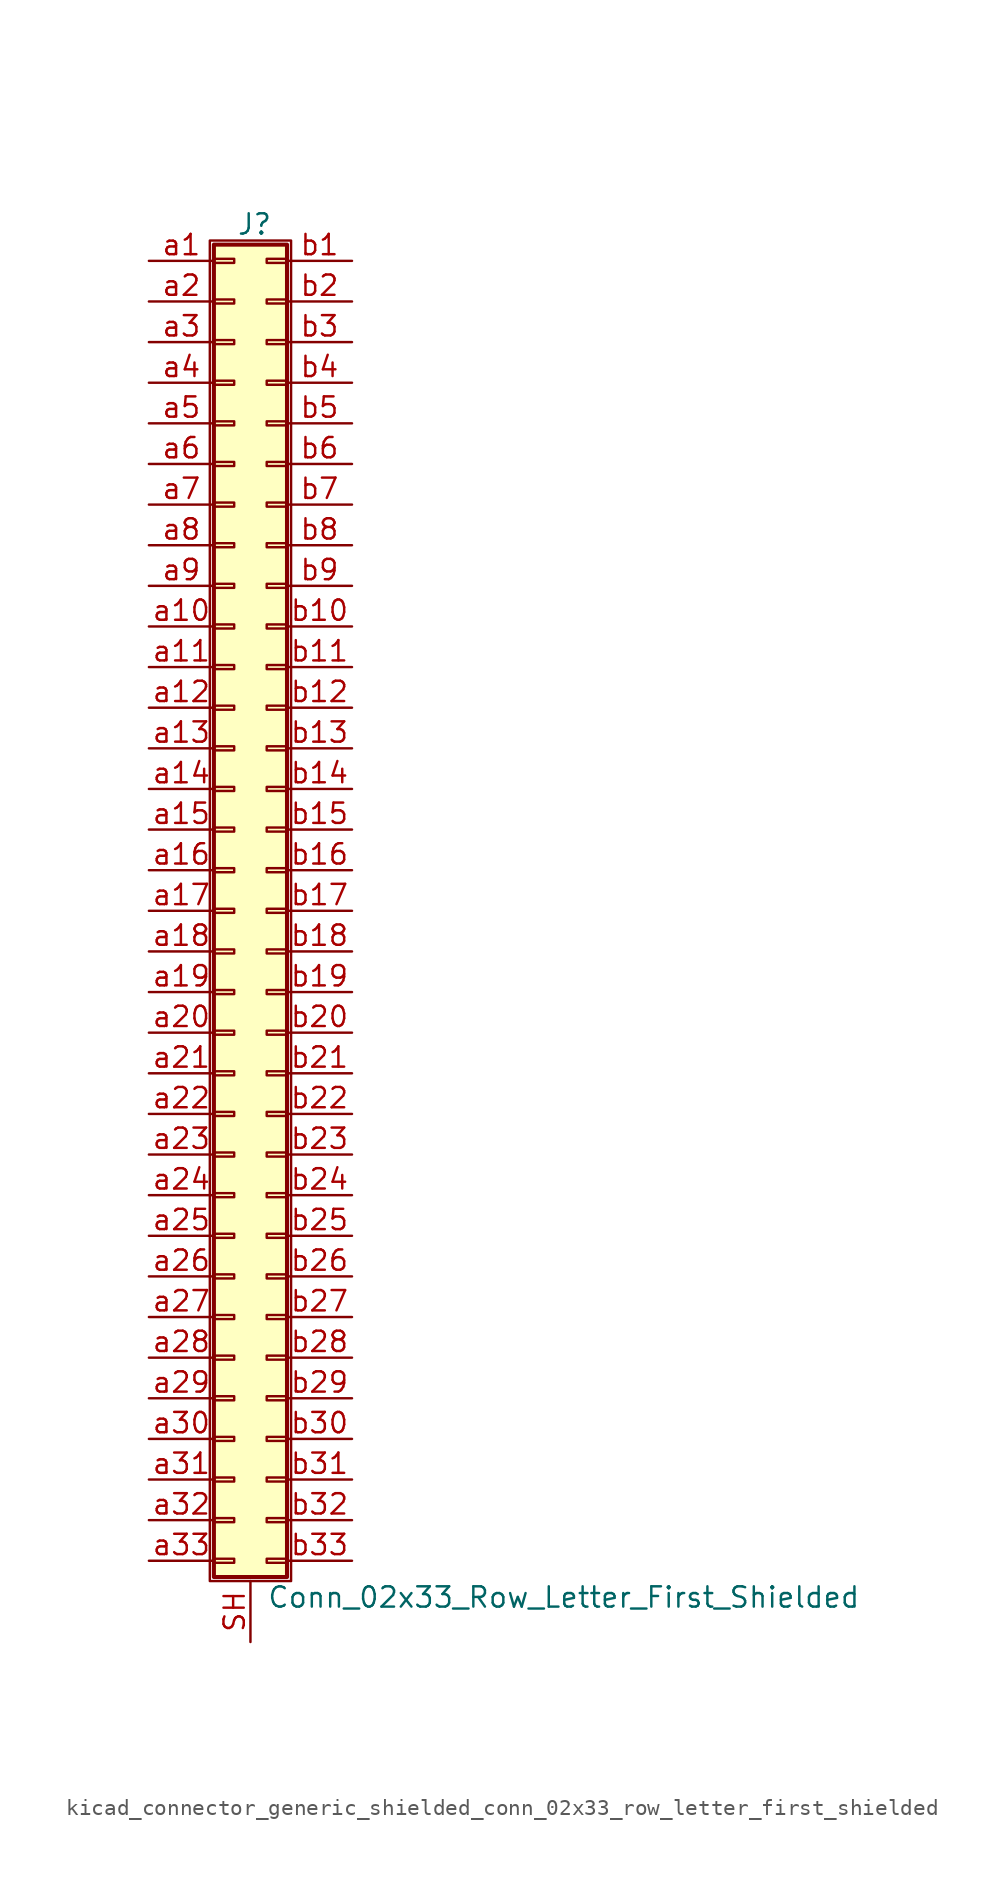
<source format=kicad_sym>
(kicad_symbol_lib
  (version 20220914)
  (generator kicad_symbol_editor)
  (symbol "kicad_connector_generic_shielded_conn_02x33_row_letter_first_shielded"
    (pin_names
      (offset 1.016) hide)
    (property "Reference" "J"
      (at 1.524 42.926 0)
      (effects (font (size 1.27 1.27))))
    (property "Value" "Conn_02x33_Row_Letter_First_Shielded"
      (at 2.286 -42.926 0)
      (effects (font (size 1.27 1.27)) (justify left)))
    (symbol "kicad_connector_generic_shielded_conn_02x33_row_letter_first_shielded_1_1"
      (rectangle (start -1.27 41.91) (end 3.81 -41.91) (stroke (width 0.152) (type default)) (fill (type none)))
      (rectangle (start -1.016 -40.513) (end 0.254 -40.767) (stroke (width 0.152) (type default)) (fill (type none)))
      (rectangle (start -1.016 -37.973) (end 0.254 -38.227) (stroke (width 0.152) (type default)) (fill (type none)))
      (rectangle (start -1.016 -35.433) (end 0.254 -35.687) (stroke (width 0.152) (type default)) (fill (type none)))
      (rectangle (start -1.016 -32.893) (end 0.254 -33.147) (stroke (width 0.152) (type default)) (fill (type none)))
      (rectangle (start -1.016 -30.353) (end 0.254 -30.607) (stroke (width 0.152) (type default)) (fill (type none)))
      (rectangle (start -1.016 -27.813) (end 0.254 -28.067) (stroke (width 0.152) (type default)) (fill (type none)))
      (rectangle (start -1.016 -25.273) (end 0.254 -25.527) (stroke (width 0.152) (type default)) (fill (type none)))
      (rectangle (start -1.016 -22.733) (end 0.254 -22.987) (stroke (width 0.152) (type default)) (fill (type none)))
      (rectangle (start -1.016 -20.193) (end 0.254 -20.447) (stroke (width 0.152) (type default)) (fill (type none)))
      (rectangle (start -1.016 -17.653) (end 0.254 -17.907) (stroke (width 0.152) (type default)) (fill (type none)))
      (rectangle (start -1.016 -15.113) (end 0.254 -15.367) (stroke (width 0.152) (type default)) (fill (type none)))
      (rectangle (start -1.016 -12.573) (end 0.254 -12.827) (stroke (width 0.152) (type default)) (fill (type none)))
      (rectangle (start -1.016 -10.033) (end 0.254 -10.287) (stroke (width 0.152) (type default)) (fill (type none)))
      (rectangle (start -1.016 -7.493) (end 0.254 -7.747) (stroke (width 0.152) (type default)) (fill (type none)))
      (rectangle (start -1.016 -4.953) (end 0.254 -5.207) (stroke (width 0.152) (type default)) (fill (type none)))
      (rectangle (start -1.016 -2.413) (end 0.254 -2.667) (stroke (width 0.152) (type default)) (fill (type none)))
      (rectangle (start -1.016 0.127) (end 0.254 -0.127) (stroke (width 0.152) (type default)) (fill (type none)))
      (rectangle (start -1.016 2.667) (end 0.254 2.413) (stroke (width 0.152) (type default)) (fill (type none)))
      (rectangle (start -1.016 5.207) (end 0.254 4.953) (stroke (width 0.152) (type default)) (fill (type none)))
      (rectangle (start -1.016 7.747) (end 0.254 7.493) (stroke (width 0.152) (type default)) (fill (type none)))
      (rectangle (start -1.016 10.287) (end 0.254 10.033) (stroke (width 0.152) (type default)) (fill (type none)))
      (rectangle (start -1.016 12.827) (end 0.254 12.573) (stroke (width 0.152) (type default)) (fill (type none)))
      (rectangle (start -1.016 15.367) (end 0.254 15.113) (stroke (width 0.152) (type default)) (fill (type none)))
      (rectangle (start -1.016 17.907) (end 0.254 17.653) (stroke (width 0.152) (type default)) (fill (type none)))
      (rectangle (start -1.016 20.447) (end 0.254 20.193) (stroke (width 0.152) (type default)) (fill (type none)))
      (rectangle (start -1.016 22.987) (end 0.254 22.733) (stroke (width 0.152) (type default)) (fill (type none)))
      (rectangle (start -1.016 25.527) (end 0.254 25.273) (stroke (width 0.152) (type default)) (fill (type none)))
      (rectangle (start -1.016 28.067) (end 0.254 27.813) (stroke (width 0.152) (type default)) (fill (type none)))
      (rectangle (start -1.016 30.607) (end 0.254 30.353) (stroke (width 0.152) (type default)) (fill (type none)))
      (rectangle (start -1.016 33.147) (end 0.254 32.893) (stroke (width 0.152) (type default)) (fill (type none)))
      (rectangle (start -1.016 35.687) (end 0.254 35.433) (stroke (width 0.152) (type default)) (fill (type none)))
      (rectangle (start -1.016 38.227) (end 0.254 37.973) (stroke (width 0.152) (type default)) (fill (type none)))
      (rectangle (start -1.016 40.767) (end 0.254 40.513) (stroke (width 0.152) (type default)) (fill (type none)))
      (rectangle (start -1.016 41.656) (end 3.556 -41.656) (stroke (width 0.254) (type default)) (fill (type background)))
      (rectangle (start 3.556 -40.513) (end 2.286 -40.767) (stroke (width 0.152) (type default)) (fill (type none)))
      (rectangle (start 3.556 -37.973) (end 2.286 -38.227) (stroke (width 0.152) (type default)) (fill (type none)))
      (rectangle (start 3.556 -35.433) (end 2.286 -35.687) (stroke (width 0.152) (type default)) (fill (type none)))
      (rectangle (start 3.556 -32.893) (end 2.286 -33.147) (stroke (width 0.152) (type default)) (fill (type none)))
      (rectangle (start 3.556 -30.353) (end 2.286 -30.607) (stroke (width 0.152) (type default)) (fill (type none)))
      (rectangle (start 3.556 -27.813) (end 2.286 -28.067) (stroke (width 0.152) (type default)) (fill (type none)))
      (rectangle (start 3.556 -25.273) (end 2.286 -25.527) (stroke (width 0.152) (type default)) (fill (type none)))
      (rectangle (start 3.556 -22.733) (end 2.286 -22.987) (stroke (width 0.152) (type default)) (fill (type none)))
      (rectangle (start 3.556 -20.193) (end 2.286 -20.447) (stroke (width 0.152) (type default)) (fill (type none)))
      (rectangle (start 3.556 -17.653) (end 2.286 -17.907) (stroke (width 0.152) (type default)) (fill (type none)))
      (rectangle (start 3.556 -15.113) (end 2.286 -15.367) (stroke (width 0.152) (type default)) (fill (type none)))
      (rectangle (start 3.556 -12.573) (end 2.286 -12.827) (stroke (width 0.152) (type default)) (fill (type none)))
      (rectangle (start 3.556 -10.033) (end 2.286 -10.287) (stroke (width 0.152) (type default)) (fill (type none)))
      (rectangle (start 3.556 -7.493) (end 2.286 -7.747) (stroke (width 0.152) (type default)) (fill (type none)))
      (rectangle (start 3.556 -4.953) (end 2.286 -5.207) (stroke (width 0.152) (type default)) (fill (type none)))
      (rectangle (start 3.556 -2.413) (end 2.286 -2.667) (stroke (width 0.152) (type default)) (fill (type none)))
      (rectangle (start 3.556 0.127) (end 2.286 -0.127) (stroke (width 0.152) (type default)) (fill (type none)))
      (rectangle (start 3.556 2.667) (end 2.286 2.413) (stroke (width 0.152) (type default)) (fill (type none)))
      (rectangle (start 3.556 5.207) (end 2.286 4.953) (stroke (width 0.152) (type default)) (fill (type none)))
      (rectangle (start 3.556 7.747) (end 2.286 7.493) (stroke (width 0.152) (type default)) (fill (type none)))
      (rectangle (start 3.556 10.287) (end 2.286 10.033) (stroke (width 0.152) (type default)) (fill (type none)))
      (rectangle (start 3.556 12.827) (end 2.286 12.573) (stroke (width 0.152) (type default)) (fill (type none)))
      (rectangle (start 3.556 15.367) (end 2.286 15.113) (stroke (width 0.152) (type default)) (fill (type none)))
      (rectangle (start 3.556 17.907) (end 2.286 17.653) (stroke (width 0.152) (type default)) (fill (type none)))
      (rectangle (start 3.556 20.447) (end 2.286 20.193) (stroke (width 0.152) (type default)) (fill (type none)))
      (rectangle (start 3.556 22.987) (end 2.286 22.733) (stroke (width 0.152) (type default)) (fill (type none)))
      (rectangle (start 3.556 25.527) (end 2.286 25.273) (stroke (width 0.152) (type default)) (fill (type none)))
      (rectangle (start 3.556 28.067) (end 2.286 27.813) (stroke (width 0.152) (type default)) (fill (type none)))
      (rectangle (start 3.556 30.607) (end 2.286 30.353) (stroke (width 0.152) (type default)) (fill (type none)))
      (rectangle (start 3.556 33.147) (end 2.286 32.893) (stroke (width 0.152) (type default)) (fill (type none)))
      (rectangle (start 3.556 35.687) (end 2.286 35.433) (stroke (width 0.152) (type default)) (fill (type none)))
      (rectangle (start 3.556 38.227) (end 2.286 37.973) (stroke (width 0.152) (type default)) (fill (type none)))
      (rectangle (start 3.556 40.767) (end 2.286 40.513) (stroke (width 0.152) (type default)) (fill (type none)))
      (pin passive line (at 1.27 -45.72 90) (length 3.81) (name "Shield" (effects (font (size 1.27 1.27)))) (number "SH" (effects (font (size 1.27 1.27)))))
      (pin passive line (at -5.08 40.64 0) (length 4.064) (name "Pin_a1" (effects (font (size 1.27 1.27)))) (number "a1" (effects (font (size 1.27 1.27)))))
      (pin passive line (at -5.08 17.78 0) (length 4.064) (name "Pin_a10" (effects (font (size 1.27 1.27)))) (number "a10" (effects (font (size 1.27 1.27)))))
      (pin passive line (at -5.08 15.24 0) (length 4.064) (name "Pin_a11" (effects (font (size 1.27 1.27)))) (number "a11" (effects (font (size 1.27 1.27)))))
      (pin passive line (at -5.08 12.7 0) (length 4.064) (name "Pin_a12" (effects (font (size 1.27 1.27)))) (number "a12" (effects (font (size 1.27 1.27)))))
      (pin passive line (at -5.08 10.16 0) (length 4.064) (name "Pin_a13" (effects (font (size 1.27 1.27)))) (number "a13" (effects (font (size 1.27 1.27)))))
      (pin passive line (at -5.08 7.62 0) (length 4.064) (name "Pin_a14" (effects (font (size 1.27 1.27)))) (number "a14" (effects (font (size 1.27 1.27)))))
      (pin passive line (at -5.08 5.08 0) (length 4.064) (name "Pin_a15" (effects (font (size 1.27 1.27)))) (number "a15" (effects (font (size 1.27 1.27)))))
      (pin passive line (at -5.08 2.54 0) (length 4.064) (name "Pin_a16" (effects (font (size 1.27 1.27)))) (number "a16" (effects (font (size 1.27 1.27)))))
      (pin passive line (at -5.08 0 0) (length 4.064) (name "Pin_a17" (effects (font (size 1.27 1.27)))) (number "a17" (effects (font (size 1.27 1.27)))))
      (pin passive line (at -5.08 -2.54 0) (length 4.064) (name "Pin_a18" (effects (font (size 1.27 1.27)))) (number "a18" (effects (font (size 1.27 1.27)))))
      (pin passive line (at -5.08 -5.08 0) (length 4.064) (name "Pin_a19" (effects (font (size 1.27 1.27)))) (number "a19" (effects (font (size 1.27 1.27)))))
      (pin passive line (at -5.08 38.1 0) (length 4.064) (name "Pin_a2" (effects (font (size 1.27 1.27)))) (number "a2" (effects (font (size 1.27 1.27)))))
      (pin passive line (at -5.08 -7.62 0) (length 4.064) (name "Pin_a20" (effects (font (size 1.27 1.27)))) (number "a20" (effects (font (size 1.27 1.27)))))
      (pin passive line (at -5.08 -10.16 0) (length 4.064) (name "Pin_a21" (effects (font (size 1.27 1.27)))) (number "a21" (effects (font (size 1.27 1.27)))))
      (pin passive line (at -5.08 -12.7 0) (length 4.064) (name "Pin_a22" (effects (font (size 1.27 1.27)))) (number "a22" (effects (font (size 1.27 1.27)))))
      (pin passive line (at -5.08 -15.24 0) (length 4.064) (name "Pin_a23" (effects (font (size 1.27 1.27)))) (number "a23" (effects (font (size 1.27 1.27)))))
      (pin passive line (at -5.08 -17.78 0) (length 4.064) (name "Pin_a24" (effects (font (size 1.27 1.27)))) (number "a24" (effects (font (size 1.27 1.27)))))
      (pin passive line (at -5.08 -20.32 0) (length 4.064) (name "Pin_a25" (effects (font (size 1.27 1.27)))) (number "a25" (effects (font (size 1.27 1.27)))))
      (pin passive line (at -5.08 -22.86 0) (length 4.064) (name "Pin_a26" (effects (font (size 1.27 1.27)))) (number "a26" (effects (font (size 1.27 1.27)))))
      (pin passive line (at -5.08 -25.4 0) (length 4.064) (name "Pin_a27" (effects (font (size 1.27 1.27)))) (number "a27" (effects (font (size 1.27 1.27)))))
      (pin passive line (at -5.08 -27.94 0) (length 4.064) (name "Pin_a28" (effects (font (size 1.27 1.27)))) (number "a28" (effects (font (size 1.27 1.27)))))
      (pin passive line (at -5.08 -30.48 0) (length 4.064) (name "Pin_a29" (effects (font (size 1.27 1.27)))) (number "a29" (effects (font (size 1.27 1.27)))))
      (pin passive line (at -5.08 35.56 0) (length 4.064) (name "Pin_a3" (effects (font (size 1.27 1.27)))) (number "a3" (effects (font (size 1.27 1.27)))))
      (pin passive line (at -5.08 -33.02 0) (length 4.064) (name "Pin_a30" (effects (font (size 1.27 1.27)))) (number "a30" (effects (font (size 1.27 1.27)))))
      (pin passive line (at -5.08 -35.56 0) (length 4.064) (name "Pin_a31" (effects (font (size 1.27 1.27)))) (number "a31" (effects (font (size 1.27 1.27)))))
      (pin passive line (at -5.08 -38.1 0) (length 4.064) (name "Pin_a32" (effects (font (size 1.27 1.27)))) (number "a32" (effects (font (size 1.27 1.27)))))
      (pin passive line (at -5.08 -40.64 0) (length 4.064) (name "Pin_a33" (effects (font (size 1.27 1.27)))) (number "a33" (effects (font (size 1.27 1.27)))))
      (pin passive line (at -5.08 33.02 0) (length 4.064) (name "Pin_a4" (effects (font (size 1.27 1.27)))) (number "a4" (effects (font (size 1.27 1.27)))))
      (pin passive line (at -5.08 30.48 0) (length 4.064) (name "Pin_a5" (effects (font (size 1.27 1.27)))) (number "a5" (effects (font (size 1.27 1.27)))))
      (pin passive line (at -5.08 27.94 0) (length 4.064) (name "Pin_a6" (effects (font (size 1.27 1.27)))) (number "a6" (effects (font (size 1.27 1.27)))))
      (pin passive line (at -5.08 25.4 0) (length 4.064) (name "Pin_a7" (effects (font (size 1.27 1.27)))) (number "a7" (effects (font (size 1.27 1.27)))))
      (pin passive line (at -5.08 22.86 0) (length 4.064) (name "Pin_a8" (effects (font (size 1.27 1.27)))) (number "a8" (effects (font (size 1.27 1.27)))))
      (pin passive line (at -5.08 20.32 0) (length 4.064) (name "Pin_a9" (effects (font (size 1.27 1.27)))) (number "a9" (effects (font (size 1.27 1.27)))))
      (pin passive line (at 7.62 40.64 180) (length 4.064) (name "Pin_b1" (effects (font (size 1.27 1.27)))) (number "b1" (effects (font (size 1.27 1.27)))))
      (pin passive line (at 7.62 17.78 180) (length 4.064) (name "Pin_b10" (effects (font (size 1.27 1.27)))) (number "b10" (effects (font (size 1.27 1.27)))))
      (pin passive line (at 7.62 15.24 180) (length 4.064) (name "Pin_b11" (effects (font (size 1.27 1.27)))) (number "b11" (effects (font (size 1.27 1.27)))))
      (pin passive line (at 7.62 12.7 180) (length 4.064) (name "Pin_b12" (effects (font (size 1.27 1.27)))) (number "b12" (effects (font (size 1.27 1.27)))))
      (pin passive line (at 7.62 10.16 180) (length 4.064) (name "Pin_b13" (effects (font (size 1.27 1.27)))) (number "b13" (effects (font (size 1.27 1.27)))))
      (pin passive line (at 7.62 7.62 180) (length 4.064) (name "Pin_b14" (effects (font (size 1.27 1.27)))) (number "b14" (effects (font (size 1.27 1.27)))))
      (pin passive line (at 7.62 5.08 180) (length 4.064) (name "Pin_b15" (effects (font (size 1.27 1.27)))) (number "b15" (effects (font (size 1.27 1.27)))))
      (pin passive line (at 7.62 2.54 180) (length 4.064) (name "Pin_b16" (effects (font (size 1.27 1.27)))) (number "b16" (effects (font (size 1.27 1.27)))))
      (pin passive line (at 7.62 0 180) (length 4.064) (name "Pin_b17" (effects (font (size 1.27 1.27)))) (number "b17" (effects (font (size 1.27 1.27)))))
      (pin passive line (at 7.62 -2.54 180) (length 4.064) (name "Pin_b18" (effects (font (size 1.27 1.27)))) (number "b18" (effects (font (size 1.27 1.27)))))
      (pin passive line (at 7.62 -5.08 180) (length 4.064) (name "Pin_b19" (effects (font (size 1.27 1.27)))) (number "b19" (effects (font (size 1.27 1.27)))))
      (pin passive line (at 7.62 38.1 180) (length 4.064) (name "Pin_b2" (effects (font (size 1.27 1.27)))) (number "b2" (effects (font (size 1.27 1.27)))))
      (pin passive line (at 7.62 -7.62 180) (length 4.064) (name "Pin_b20" (effects (font (size 1.27 1.27)))) (number "b20" (effects (font (size 1.27 1.27)))))
      (pin passive line (at 7.62 -10.16 180) (length 4.064) (name "Pin_b21" (effects (font (size 1.27 1.27)))) (number "b21" (effects (font (size 1.27 1.27)))))
      (pin passive line (at 7.62 -12.7 180) (length 4.064) (name "Pin_b22" (effects (font (size 1.27 1.27)))) (number "b22" (effects (font (size 1.27 1.27)))))
      (pin passive line (at 7.62 -15.24 180) (length 4.064) (name "Pin_b23" (effects (font (size 1.27 1.27)))) (number "b23" (effects (font (size 1.27 1.27)))))
      (pin passive line (at 7.62 -17.78 180) (length 4.064) (name "Pin_b24" (effects (font (size 1.27 1.27)))) (number "b24" (effects (font (size 1.27 1.27)))))
      (pin passive line (at 7.62 -20.32 180) (length 4.064) (name "Pin_b25" (effects (font (size 1.27 1.27)))) (number "b25" (effects (font (size 1.27 1.27)))))
      (pin passive line (at 7.62 -22.86 180) (length 4.064) (name "Pin_b26" (effects (font (size 1.27 1.27)))) (number "b26" (effects (font (size 1.27 1.27)))))
      (pin passive line (at 7.62 -25.4 180) (length 4.064) (name "Pin_b27" (effects (font (size 1.27 1.27)))) (number "b27" (effects (font (size 1.27 1.27)))))
      (pin passive line (at 7.62 -27.94 180) (length 4.064) (name "Pin_b28" (effects (font (size 1.27 1.27)))) (number "b28" (effects (font (size 1.27 1.27)))))
      (pin passive line (at 7.62 -30.48 180) (length 4.064) (name "Pin_b29" (effects (font (size 1.27 1.27)))) (number "b29" (effects (font (size 1.27 1.27)))))
      (pin passive line (at 7.62 35.56 180) (length 4.064) (name "Pin_b3" (effects (font (size 1.27 1.27)))) (number "b3" (effects (font (size 1.27 1.27)))))
      (pin passive line (at 7.62 -33.02 180) (length 4.064) (name "Pin_b30" (effects (font (size 1.27 1.27)))) (number "b30" (effects (font (size 1.27 1.27)))))
      (pin passive line (at 7.62 -35.56 180) (length 4.064) (name "Pin_b31" (effects (font (size 1.27 1.27)))) (number "b31" (effects (font (size 1.27 1.27)))))
      (pin passive line (at 7.62 -38.1 180) (length 4.064) (name "Pin_b32" (effects (font (size 1.27 1.27)))) (number "b32" (effects (font (size 1.27 1.27)))))
      (pin passive line (at 7.62 -40.64 180) (length 4.064) (name "Pin_b33" (effects (font (size 1.27 1.27)))) (number "b33" (effects (font (size 1.27 1.27)))))
      (pin passive line (at 7.62 33.02 180) (length 4.064) (name "Pin_b4" (effects (font (size 1.27 1.27)))) (number "b4" (effects (font (size 1.27 1.27)))))
      (pin passive line (at 7.62 30.48 180) (length 4.064) (name "Pin_b5" (effects (font (size 1.27 1.27)))) (number "b5" (effects (font (size 1.27 1.27)))))
      (pin passive line (at 7.62 27.94 180) (length 4.064) (name "Pin_b6" (effects (font (size 1.27 1.27)))) (number "b6" (effects (font (size 1.27 1.27)))))
      (pin passive line (at 7.62 25.4 180) (length 4.064) (name "Pin_b7" (effects (font (size 1.27 1.27)))) (number "b7" (effects (font (size 1.27 1.27)))))
      (pin passive line (at 7.62 22.86 180) (length 4.064) (name "Pin_b8" (effects (font (size 1.27 1.27)))) (number "b8" (effects (font (size 1.27 1.27)))))
      (pin passive line (at 7.62 20.32 180) (length 4.064) (name "Pin_b9" (effects (font (size 1.27 1.27)))) (number "b9" (effects (font (size 1.27 1.27))))))))
</source>
